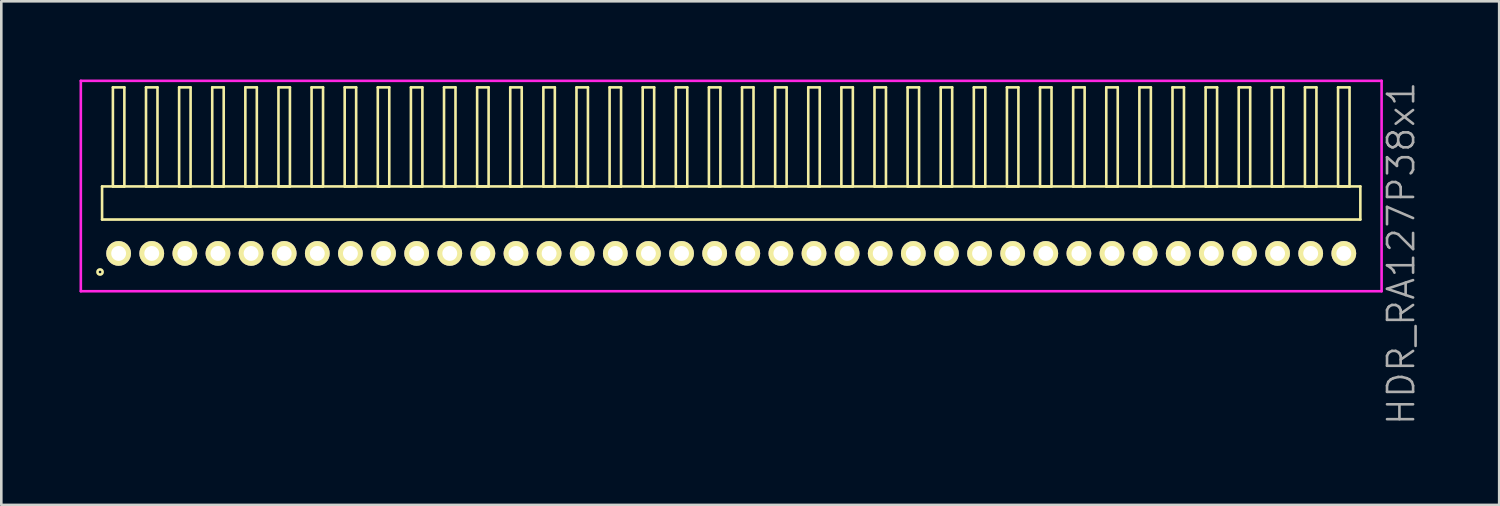
<source format=kicad_pcb>
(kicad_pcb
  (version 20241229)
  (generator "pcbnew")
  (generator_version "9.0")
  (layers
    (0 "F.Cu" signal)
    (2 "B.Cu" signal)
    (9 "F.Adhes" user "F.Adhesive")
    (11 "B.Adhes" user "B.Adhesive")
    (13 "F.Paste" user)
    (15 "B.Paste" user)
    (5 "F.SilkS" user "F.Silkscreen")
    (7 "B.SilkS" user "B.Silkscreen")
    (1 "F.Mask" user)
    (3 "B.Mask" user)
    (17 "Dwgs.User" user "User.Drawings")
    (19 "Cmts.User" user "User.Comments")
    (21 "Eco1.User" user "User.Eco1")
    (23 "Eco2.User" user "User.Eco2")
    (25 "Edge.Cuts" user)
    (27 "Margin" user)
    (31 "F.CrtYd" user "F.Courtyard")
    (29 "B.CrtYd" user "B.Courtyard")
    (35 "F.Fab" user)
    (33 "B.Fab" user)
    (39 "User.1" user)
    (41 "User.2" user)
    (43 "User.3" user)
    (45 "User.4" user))
  (footprint "HDR_RA127P38x1"
    (layer "F.Cu")
    (at 24.995 6.67)
    (property "Reference" "HDR_RA127P38x1" (at 25.695 0 90) (layer "F.Fab") (effects (font (size 1 1) (thickness 0.1))))
    (attr through_hole)
    (fp_line (start -24.13 -2.57) (end -24.13 -1.3) (stroke (width 0.1) (type solid)) (layer "F.SilkS"))
    (fp_line (start -24.13 -1.3) (end 24.13 -1.3) (stroke (width 0.1) (type solid)) (layer "F.SilkS"))
    (fp_line (start -23.715 -6.37) (end -23.715 -2.57) (stroke (width 0.1) (type solid)) (layer "F.SilkS"))
    (fp_line (start -23.715 -2.57) (end -23.275 -2.57) (stroke (width 0.1) (type solid)) (layer "F.SilkS"))
    (fp_line (start -23.275 -6.37) (end -23.715 -6.37) (stroke (width 0.1) (type solid)) (layer "F.SilkS"))
    (fp_line (start -23.275 -2.57) (end -23.275 -6.37) (stroke (width 0.1) (type solid)) (layer "F.SilkS"))
    (fp_line (start -22.445 -6.37) (end -22.445 -2.57) (stroke (width 0.1) (type solid)) (layer "F.SilkS"))
    (fp_line (start -22.445 -2.57) (end -22.005 -2.57) (stroke (width 0.1) (type solid)) (layer "F.SilkS"))
    (fp_line (start -22.005 -6.37) (end -22.445 -6.37) (stroke (width 0.1) (type solid)) (layer "F.SilkS"))
    (fp_line (start -22.005 -2.57) (end -22.005 -6.37) (stroke (width 0.1) (type solid)) (layer "F.SilkS"))
    (fp_line (start -21.175 -6.37) (end -21.175 -2.57) (stroke (width 0.1) (type solid)) (layer "F.SilkS"))
    (fp_line (start -21.175 -2.57) (end -20.735 -2.57) (stroke (width 0.1) (type solid)) (layer "F.SilkS"))
    (fp_line (start -20.735 -6.37) (end -21.175 -6.37) (stroke (width 0.1) (type solid)) (layer "F.SilkS"))
    (fp_line (start -20.735 -2.57) (end -20.735 -6.37) (stroke (width 0.1) (type solid)) (layer "F.SilkS"))
    (fp_line (start -19.905 -6.37) (end -19.905 -2.57) (stroke (width 0.1) (type solid)) (layer "F.SilkS"))
    (fp_line (start -19.905 -2.57) (end -19.465 -2.57) (stroke (width 0.1) (type solid)) (layer "F.SilkS"))
    (fp_line (start -19.465 -6.37) (end -19.905 -6.37) (stroke (width 0.1) (type solid)) (layer "F.SilkS"))
    (fp_line (start -19.465 -2.57) (end -19.465 -6.37) (stroke (width 0.1) (type solid)) (layer "F.SilkS"))
    (fp_line (start -18.635 -6.37) (end -18.635 -2.57) (stroke (width 0.1) (type solid)) (layer "F.SilkS"))
    (fp_line (start -18.635 -2.57) (end -18.195 -2.57) (stroke (width 0.1) (type solid)) (layer "F.SilkS"))
    (fp_line (start -18.195 -6.37) (end -18.635 -6.37) (stroke (width 0.1) (type solid)) (layer "F.SilkS"))
    (fp_line (start -18.195 -2.57) (end -18.195 -6.37) (stroke (width 0.1) (type solid)) (layer "F.SilkS"))
    (fp_line (start -17.365 -6.37) (end -17.365 -2.57) (stroke (width 0.1) (type solid)) (layer "F.SilkS"))
    (fp_line (start -17.365 -2.57) (end -16.925 -2.57) (stroke (width 0.1) (type solid)) (layer "F.SilkS"))
    (fp_line (start -16.925 -6.37) (end -17.365 -6.37) (stroke (width 0.1) (type solid)) (layer "F.SilkS"))
    (fp_line (start -16.925 -2.57) (end -16.925 -6.37) (stroke (width 0.1) (type solid)) (layer "F.SilkS"))
    (fp_line (start -16.095 -6.37) (end -16.095 -2.57) (stroke (width 0.1) (type solid)) (layer "F.SilkS"))
    (fp_line (start -16.095 -2.57) (end -15.655 -2.57) (stroke (width 0.1) (type solid)) (layer "F.SilkS"))
    (fp_line (start -15.655 -6.37) (end -16.095 -6.37) (stroke (width 0.1) (type solid)) (layer "F.SilkS"))
    (fp_line (start -15.655 -2.57) (end -15.655 -6.37) (stroke (width 0.1) (type solid)) (layer "F.SilkS"))
    (fp_line (start -14.825 -6.37) (end -14.825 -2.57) (stroke (width 0.1) (type solid)) (layer "F.SilkS"))
    (fp_line (start -14.825 -2.57) (end -14.385 -2.57) (stroke (width 0.1) (type solid)) (layer "F.SilkS"))
    (fp_line (start -14.385 -6.37) (end -14.825 -6.37) (stroke (width 0.1) (type solid)) (layer "F.SilkS"))
    (fp_line (start -14.385 -2.57) (end -14.385 -6.37) (stroke (width 0.1) (type solid)) (layer "F.SilkS"))
    (fp_line (start -13.555 -6.37) (end -13.555 -2.57) (stroke (width 0.1) (type solid)) (layer "F.SilkS"))
    (fp_line (start -13.555 -2.57) (end -13.115 -2.57) (stroke (width 0.1) (type solid)) (layer "F.SilkS"))
    (fp_line (start -13.115 -6.37) (end -13.555 -6.37) (stroke (width 0.1) (type solid)) (layer "F.SilkS"))
    (fp_line (start -13.115 -2.57) (end -13.115 -6.37) (stroke (width 0.1) (type solid)) (layer "F.SilkS"))
    (fp_line (start -12.285 -6.37) (end -12.285 -2.57) (stroke (width 0.1) (type solid)) (layer "F.SilkS"))
    (fp_line (start -12.285 -2.57) (end -11.845 -2.57) (stroke (width 0.1) (type solid)) (layer "F.SilkS"))
    (fp_line (start -11.845 -6.37) (end -12.285 -6.37) (stroke (width 0.1) (type solid)) (layer "F.SilkS"))
    (fp_line (start -11.845 -2.57) (end -11.845 -6.37) (stroke (width 0.1) (type solid)) (layer "F.SilkS"))
    (fp_line (start -11.015 -6.37) (end -11.015 -2.57) (stroke (width 0.1) (type solid)) (layer "F.SilkS"))
    (fp_line (start -11.015 -2.57) (end -10.575 -2.57) (stroke (width 0.1) (type solid)) (layer "F.SilkS"))
    (fp_line (start -10.575 -6.37) (end -11.015 -6.37) (stroke (width 0.1) (type solid)) (layer "F.SilkS"))
    (fp_line (start -10.575 -2.57) (end -10.575 -6.37) (stroke (width 0.1) (type solid)) (layer "F.SilkS"))
    (fp_line (start -9.745 -6.37) (end -9.745 -2.57) (stroke (width 0.1) (type solid)) (layer "F.SilkS"))
    (fp_line (start -9.745 -2.57) (end -9.305 -2.57) (stroke (width 0.1) (type solid)) (layer "F.SilkS"))
    (fp_line (start -9.305 -6.37) (end -9.745 -6.37) (stroke (width 0.1) (type solid)) (layer "F.SilkS"))
    (fp_line (start -9.305 -2.57) (end -9.305 -6.37) (stroke (width 0.1) (type solid)) (layer "F.SilkS"))
    (fp_line (start -8.475 -6.37) (end -8.475 -2.57) (stroke (width 0.1) (type solid)) (layer "F.SilkS"))
    (fp_line (start -8.475 -2.57) (end -8.035 -2.57) (stroke (width 0.1) (type solid)) (layer "F.SilkS"))
    (fp_line (start -8.035 -6.37) (end -8.475 -6.37) (stroke (width 0.1) (type solid)) (layer "F.SilkS"))
    (fp_line (start -8.035 -2.57) (end -8.035 -6.37) (stroke (width 0.1) (type solid)) (layer "F.SilkS"))
    (fp_line (start -7.205 -6.37) (end -7.205 -2.57) (stroke (width 0.1) (type solid)) (layer "F.SilkS"))
    (fp_line (start -7.205 -2.57) (end -6.765 -2.57) (stroke (width 0.1) (type solid)) (layer "F.SilkS"))
    (fp_line (start -6.765 -6.37) (end -7.205 -6.37) (stroke (width 0.1) (type solid)) (layer "F.SilkS"))
    (fp_line (start -6.765 -2.57) (end -6.765 -6.37) (stroke (width 0.1) (type solid)) (layer "F.SilkS"))
    (fp_line (start -5.935 -6.37) (end -5.935 -2.57) (stroke (width 0.1) (type solid)) (layer "F.SilkS"))
    (fp_line (start -5.935 -2.57) (end -5.495 -2.57) (stroke (width 0.1) (type solid)) (layer "F.SilkS"))
    (fp_line (start -5.495 -6.37) (end -5.935 -6.37) (stroke (width 0.1) (type solid)) (layer "F.SilkS"))
    (fp_line (start -5.495 -2.57) (end -5.495 -6.37) (stroke (width 0.1) (type solid)) (layer "F.SilkS"))
    (fp_line (start -4.665 -6.37) (end -4.665 -2.57) (stroke (width 0.1) (type solid)) (layer "F.SilkS"))
    (fp_line (start -4.665 -2.57) (end -4.225 -2.57) (stroke (width 0.1) (type solid)) (layer "F.SilkS"))
    (fp_line (start -4.225 -6.37) (end -4.665 -6.37) (stroke (width 0.1) (type solid)) (layer "F.SilkS"))
    (fp_line (start -4.225 -2.57) (end -4.225 -6.37) (stroke (width 0.1) (type solid)) (layer "F.SilkS"))
    (fp_line (start -3.395 -6.37) (end -3.395 -2.57) (stroke (width 0.1) (type solid)) (layer "F.SilkS"))
    (fp_line (start -3.395 -2.57) (end -2.955 -2.57) (stroke (width 0.1) (type solid)) (layer "F.SilkS"))
    (fp_line (start -2.955 -6.37) (end -3.395 -6.37) (stroke (width 0.1) (type solid)) (layer "F.SilkS"))
    (fp_line (start -2.955 -2.57) (end -2.955 -6.37) (stroke (width 0.1) (type solid)) (layer "F.SilkS"))
    (fp_line (start -2.125 -6.37) (end -2.125 -2.57) (stroke (width 0.1) (type solid)) (layer "F.SilkS"))
    (fp_line (start -2.125 -2.57) (end -1.685 -2.57) (stroke (width 0.1) (type solid)) (layer "F.SilkS"))
    (fp_line (start -1.685 -6.37) (end -2.125 -6.37) (stroke (width 0.1) (type solid)) (layer "F.SilkS"))
    (fp_line (start -1.685 -2.57) (end -1.685 -6.37) (stroke (width 0.1) (type solid)) (layer "F.SilkS"))
    (fp_line (start -0.855 -6.37) (end -0.855 -2.57) (stroke (width 0.1) (type solid)) (layer "F.SilkS"))
    (fp_line (start -0.855 -2.57) (end -0.415 -2.57) (stroke (width 0.1) (type solid)) (layer "F.SilkS"))
    (fp_line (start -0.415 -6.37) (end -0.855 -6.37) (stroke (width 0.1) (type solid)) (layer "F.SilkS"))
    (fp_line (start -0.415 -2.57) (end -0.415 -6.37) (stroke (width 0.1) (type solid)) (layer "F.SilkS"))
    (fp_line (start 0.415 -6.37) (end 0.415 -2.57) (stroke (width 0.1) (type solid)) (layer "F.SilkS"))
    (fp_line (start 0.415 -2.57) (end 0.855 -2.57) (stroke (width 0.1) (type solid)) (layer "F.SilkS"))
    (fp_line (start 0.855 -6.37) (end 0.415 -6.37) (stroke (width 0.1) (type solid)) (layer "F.SilkS"))
    (fp_line (start 0.855 -2.57) (end 0.855 -6.37) (stroke (width 0.1) (type solid)) (layer "F.SilkS"))
    (fp_line (start 1.685 -6.37) (end 1.685 -2.57) (stroke (width 0.1) (type solid)) (layer "F.SilkS"))
    (fp_line (start 1.685 -2.57) (end 2.125 -2.57) (stroke (width 0.1) (type solid)) (layer "F.SilkS"))
    (fp_line (start 2.125 -6.37) (end 1.685 -6.37) (stroke (width 0.1) (type solid)) (layer "F.SilkS"))
    (fp_line (start 2.125 -2.57) (end 2.125 -6.37) (stroke (width 0.1) (type solid)) (layer "F.SilkS"))
    (fp_line (start 2.955 -6.37) (end 2.955 -2.57) (stroke (width 0.1) (type solid)) (layer "F.SilkS"))
    (fp_line (start 2.955 -2.57) (end 3.395 -2.57) (stroke (width 0.1) (type solid)) (layer "F.SilkS"))
    (fp_line (start 3.395 -6.37) (end 2.955 -6.37) (stroke (width 0.1) (type solid)) (layer "F.SilkS"))
    (fp_line (start 3.395 -2.57) (end 3.395 -6.37) (stroke (width 0.1) (type solid)) (layer "F.SilkS"))
    (fp_line (start 4.225 -6.37) (end 4.225 -2.57) (stroke (width 0.1) (type solid)) (layer "F.SilkS"))
    (fp_line (start 4.225 -2.57) (end 4.665 -2.57) (stroke (width 0.1) (type solid)) (layer "F.SilkS"))
    (fp_line (start 4.665 -6.37) (end 4.225 -6.37) (stroke (width 0.1) (type solid)) (layer "F.SilkS"))
    (fp_line (start 4.665 -2.57) (end 4.665 -6.37) (stroke (width 0.1) (type solid)) (layer "F.SilkS"))
    (fp_line (start 5.495 -6.37) (end 5.495 -2.57) (stroke (width 0.1) (type solid)) (layer "F.SilkS"))
    (fp_line (start 5.495 -2.57) (end 5.935 -2.57) (stroke (width 0.1) (type solid)) (layer "F.SilkS"))
    (fp_line (start 5.935 -6.37) (end 5.495 -6.37) (stroke (width 0.1) (type solid)) (layer "F.SilkS"))
    (fp_line (start 5.935 -2.57) (end 5.935 -6.37) (stroke (width 0.1) (type solid)) (layer "F.SilkS"))
    (fp_line (start 6.765 -6.37) (end 6.765 -2.57) (stroke (width 0.1) (type solid)) (layer "F.SilkS"))
    (fp_line (start 6.765 -2.57) (end 7.205 -2.57) (stroke (width 0.1) (type solid)) (layer "F.SilkS"))
    (fp_line (start 7.205 -6.37) (end 6.765 -6.37) (stroke (width 0.1) (type solid)) (layer "F.SilkS"))
    (fp_line (start 7.205 -2.57) (end 7.205 -6.37) (stroke (width 0.1) (type solid)) (layer "F.SilkS"))
    (fp_line (start 8.035 -6.37) (end 8.035 -2.57) (stroke (width 0.1) (type solid)) (layer "F.SilkS"))
    (fp_line (start 8.035 -2.57) (end 8.475 -2.57) (stroke (width 0.1) (type solid)) (layer "F.SilkS"))
    (fp_line (start 8.475 -6.37) (end 8.035 -6.37) (stroke (width 0.1) (type solid)) (layer "F.SilkS"))
    (fp_line (start 8.475 -2.57) (end 8.475 -6.37) (stroke (width 0.1) (type solid)) (layer "F.SilkS"))
    (fp_line (start 9.305 -6.37) (end 9.305 -2.57) (stroke (width 0.1) (type solid)) (layer "F.SilkS"))
    (fp_line (start 9.305 -2.57) (end 9.745 -2.57) (stroke (width 0.1) (type solid)) (layer "F.SilkS"))
    (fp_line (start 9.745 -6.37) (end 9.305 -6.37) (stroke (width 0.1) (type solid)) (layer "F.SilkS"))
    (fp_line (start 9.745 -2.57) (end 9.745 -6.37) (stroke (width 0.1) (type solid)) (layer "F.SilkS"))
    (fp_line (start 10.575 -6.37) (end 10.575 -2.57) (stroke (width 0.1) (type solid)) (layer "F.SilkS"))
    (fp_line (start 10.575 -2.57) (end 11.015 -2.57) (stroke (width 0.1) (type solid)) (layer "F.SilkS"))
    (fp_line (start 11.015 -6.37) (end 10.575 -6.37) (stroke (width 0.1) (type solid)) (layer "F.SilkS"))
    (fp_line (start 11.015 -2.57) (end 11.015 -6.37) (stroke (width 0.1) (type solid)) (layer "F.SilkS"))
    (fp_line (start 11.845 -6.37) (end 11.845 -2.57) (stroke (width 0.1) (type solid)) (layer "F.SilkS"))
    (fp_line (start 11.845 -2.57) (end 12.285 -2.57) (stroke (width 0.1) (type solid)) (layer "F.SilkS"))
    (fp_line (start 12.285 -6.37) (end 11.845 -6.37) (stroke (width 0.1) (type solid)) (layer "F.SilkS"))
    (fp_line (start 12.285 -2.57) (end 12.285 -6.37) (stroke (width 0.1) (type solid)) (layer "F.SilkS"))
    (fp_line (start 13.115 -6.37) (end 13.115 -2.57) (stroke (width 0.1) (type solid)) (layer "F.SilkS"))
    (fp_line (start 13.115 -2.57) (end 13.555 -2.57) (stroke (width 0.1) (type solid)) (layer "F.SilkS"))
    (fp_line (start 13.555 -6.37) (end 13.115 -6.37) (stroke (width 0.1) (type solid)) (layer "F.SilkS"))
    (fp_line (start 13.555 -2.57) (end 13.555 -6.37) (stroke (width 0.1) (type solid)) (layer "F.SilkS"))
    (fp_line (start 14.385 -6.37) (end 14.385 -2.57) (stroke (width 0.1) (type solid)) (layer "F.SilkS"))
    (fp_line (start 14.385 -2.57) (end 14.825 -2.57) (stroke (width 0.1) (type solid)) (layer "F.SilkS"))
    (fp_line (start 14.825 -6.37) (end 14.385 -6.37) (stroke (width 0.1) (type solid)) (layer "F.SilkS"))
    (fp_line (start 14.825 -2.57) (end 14.825 -6.37) (stroke (width 0.1) (type solid)) (layer "F.SilkS"))
    (fp_line (start 15.655 -6.37) (end 15.655 -2.57) (stroke (width 0.1) (type solid)) (layer "F.SilkS"))
    (fp_line (start 15.655 -2.57) (end 16.095 -2.57) (stroke (width 0.1) (type solid)) (layer "F.SilkS"))
    (fp_line (start 16.095 -6.37) (end 15.655 -6.37) (stroke (width 0.1) (type solid)) (layer "F.SilkS"))
    (fp_line (start 16.095 -2.57) (end 16.095 -6.37) (stroke (width 0.1) (type solid)) (layer "F.SilkS"))
    (fp_line (start 16.925 -6.37) (end 16.925 -2.57) (stroke (width 0.1) (type solid)) (layer "F.SilkS"))
    (fp_line (start 16.925 -2.57) (end 17.365 -2.57) (stroke (width 0.1) (type solid)) (layer "F.SilkS"))
    (fp_line (start 17.365 -6.37) (end 16.925 -6.37) (stroke (width 0.1) (type solid)) (layer "F.SilkS"))
    (fp_line (start 17.365 -2.57) (end 17.365 -6.37) (stroke (width 0.1) (type solid)) (layer "F.SilkS"))
    (fp_line (start 18.195 -6.37) (end 18.195 -2.57) (stroke (width 0.1) (type solid)) (layer "F.SilkS"))
    (fp_line (start 18.195 -2.57) (end 18.635 -2.57) (stroke (width 0.1) (type solid)) (layer "F.SilkS"))
    (fp_line (start 18.635 -6.37) (end 18.195 -6.37) (stroke (width 0.1) (type solid)) (layer "F.SilkS"))
    (fp_line (start 18.635 -2.57) (end 18.635 -6.37) (stroke (width 0.1) (type solid)) (layer "F.SilkS"))
    (fp_line (start 19.465 -6.37) (end 19.465 -2.57) (stroke (width 0.1) (type solid)) (layer "F.SilkS"))
    (fp_line (start 19.465 -2.57) (end 19.905 -2.57) (stroke (width 0.1) (type solid)) (layer "F.SilkS"))
    (fp_line (start 19.905 -6.37) (end 19.465 -6.37) (stroke (width 0.1) (type solid)) (layer "F.SilkS"))
    (fp_line (start 19.905 -2.57) (end 19.905 -6.37) (stroke (width 0.1) (type solid)) (layer "F.SilkS"))
    (fp_line (start 20.735 -6.37) (end 20.735 -2.57) (stroke (width 0.1) (type solid)) (layer "F.SilkS"))
    (fp_line (start 20.735 -2.57) (end 21.175 -2.57) (stroke (width 0.1) (type solid)) (layer "F.SilkS"))
    (fp_line (start 21.175 -6.37) (end 20.735 -6.37) (stroke (width 0.1) (type solid)) (layer "F.SilkS"))
    (fp_line (start 21.175 -2.57) (end 21.175 -6.37) (stroke (width 0.1) (type solid)) (layer "F.SilkS"))
    (fp_line (start 22.005 -6.37) (end 22.005 -2.57) (stroke (width 0.1) (type solid)) (layer "F.SilkS"))
    (fp_line (start 22.005 -2.57) (end 22.445 -2.57) (stroke (width 0.1) (type solid)) (layer "F.SilkS"))
    (fp_line (start 22.445 -6.37) (end 22.005 -6.37) (stroke (width 0.1) (type solid)) (layer "F.SilkS"))
    (fp_line (start 22.445 -2.57) (end 22.445 -6.37) (stroke (width 0.1) (type solid)) (layer "F.SilkS"))
    (fp_line (start 23.275 -6.37) (end 23.275 -2.57) (stroke (width 0.1) (type solid)) (layer "F.SilkS"))
    (fp_line (start 23.275 -2.57) (end 23.715 -2.57) (stroke (width 0.1) (type solid)) (layer "F.SilkS"))
    (fp_line (start 23.715 -6.37) (end 23.275 -6.37) (stroke (width 0.1) (type solid)) (layer "F.SilkS"))
    (fp_line (start 23.715 -2.57) (end 23.715 -6.37) (stroke (width 0.1) (type solid)) (layer "F.SilkS"))
    (fp_line (start 24.13 -2.57) (end -24.13 -2.57) (stroke (width 0.1) (type solid)) (layer "F.SilkS"))
    (fp_line (start 24.13 -1.3) (end 24.13 -2.57) (stroke (width 0.1) (type solid)) (layer "F.SilkS"))
    (fp_circle (center -24.208 0.712) (end -24.108 0.712) (stroke (width 0.1) (type solid)) (fill no) (layer "F.SilkS"))
    (fp_line (start -24.945 -6.62) (end -24.945 1.45) (stroke (width 0.1) (type solid)) (layer "F.CrtYd"))
    (fp_line (start -24.945 1.45) (end 24.945 1.45) (stroke (width 0.1) (type solid)) (layer "F.CrtYd"))
    (fp_line (start 24.945 -6.62) (end -24.945 -6.62) (stroke (width 0.1) (type solid)) (layer "F.CrtYd"))
    (fp_line (start 24.945 1.45) (end 24.945 -6.62) (stroke (width 0.1) (type solid)) (layer "F.CrtYd"))
    (pad "1" thru_hole oval (at -23.495 0) (size 0.95 0.95) (drill 0.57) (layers "*.Cu" "*.Mask" "F.SilkS"))
    (pad "2" thru_hole oval (at -22.225 0) (size 0.95 0.95) (drill 0.57) (layers "*.Cu" "*.Mask" "F.SilkS"))
    (pad "3" thru_hole oval (at -20.955 0) (size 0.95 0.95) (drill 0.57) (layers "*.Cu" "*.Mask" "F.SilkS"))
    (pad "4" thru_hole oval (at -19.685 0) (size 0.95 0.95) (drill 0.57) (layers "*.Cu" "*.Mask" "F.SilkS"))
    (pad "5" thru_hole oval (at -18.415 0) (size 0.95 0.95) (drill 0.57) (layers "*.Cu" "*.Mask" "F.SilkS"))
    (pad "6" thru_hole oval (at -17.145 0) (size 0.95 0.95) (drill 0.57) (layers "*.Cu" "*.Mask" "F.SilkS"))
    (pad "7" thru_hole oval (at -15.875 0) (size 0.95 0.95) (drill 0.57) (layers "*.Cu" "*.Mask" "F.SilkS"))
    (pad "8" thru_hole oval (at -14.605 0) (size 0.95 0.95) (drill 0.57) (layers "*.Cu" "*.Mask" "F.SilkS"))
    (pad "9" thru_hole oval (at -13.335 0) (size 0.95 0.95) (drill 0.57) (layers "*.Cu" "*.Mask" "F.SilkS"))
    (pad "10" thru_hole oval (at -12.065 0) (size 0.95 0.95) (drill 0.57) (layers "*.Cu" "*.Mask" "F.SilkS"))
    (pad "11" thru_hole oval (at -10.795 0) (size 0.95 0.95) (drill 0.57) (layers "*.Cu" "*.Mask" "F.SilkS"))
    (pad "12" thru_hole oval (at -9.525 0) (size 0.95 0.95) (drill 0.57) (layers "*.Cu" "*.Mask" "F.SilkS"))
    (pad "13" thru_hole oval (at -8.255 0) (size 0.95 0.95) (drill 0.57) (layers "*.Cu" "*.Mask" "F.SilkS"))
    (pad "14" thru_hole oval (at -6.985 0) (size 0.95 0.95) (drill 0.57) (layers "*.Cu" "*.Mask" "F.SilkS"))
    (pad "15" thru_hole oval (at -5.715 0) (size 0.95 0.95) (drill 0.57) (layers "*.Cu" "*.Mask" "F.SilkS"))
    (pad "16" thru_hole oval (at -4.445 0) (size 0.95 0.95) (drill 0.57) (layers "*.Cu" "*.Mask" "F.SilkS"))
    (pad "17" thru_hole oval (at -3.175 0) (size 0.95 0.95) (drill 0.57) (layers "*.Cu" "*.Mask" "F.SilkS"))
    (pad "18" thru_hole oval (at -1.905 0) (size 0.95 0.95) (drill 0.57) (layers "*.Cu" "*.Mask" "F.SilkS"))
    (pad "19" thru_hole oval (at -0.635 0) (size 0.95 0.95) (drill 0.57) (layers "*.Cu" "*.Mask" "F.SilkS"))
    (pad "20" thru_hole oval (at 0.635 0) (size 0.95 0.95) (drill 0.57) (layers "*.Cu" "*.Mask" "F.SilkS"))
    (pad "21" thru_hole oval (at 1.905 0) (size 0.95 0.95) (drill 0.57) (layers "*.Cu" "*.Mask" "F.SilkS"))
    (pad "22" thru_hole oval (at 3.175 0) (size 0.95 0.95) (drill 0.57) (layers "*.Cu" "*.Mask" "F.SilkS"))
    (pad "23" thru_hole oval (at 4.445 0) (size 0.95 0.95) (drill 0.57) (layers "*.Cu" "*.Mask" "F.SilkS"))
    (pad "24" thru_hole oval (at 5.715 0) (size 0.95 0.95) (drill 0.57) (layers "*.Cu" "*.Mask" "F.SilkS"))
    (pad "25" thru_hole oval (at 6.985 0) (size 0.95 0.95) (drill 0.57) (layers "*.Cu" "*.Mask" "F.SilkS"))
    (pad "26" thru_hole oval (at 8.255 0) (size 0.95 0.95) (drill 0.57) (layers "*.Cu" "*.Mask" "F.SilkS"))
    (pad "27" thru_hole oval (at 9.525 0) (size 0.95 0.95) (drill 0.57) (layers "*.Cu" "*.Mask" "F.SilkS"))
    (pad "28" thru_hole oval (at 10.795 0) (size 0.95 0.95) (drill 0.57) (layers "*.Cu" "*.Mask" "F.SilkS"))
    (pad "29" thru_hole oval (at 12.065 0) (size 0.95 0.95) (drill 0.57) (layers "*.Cu" "*.Mask" "F.SilkS"))
    (pad "30" thru_hole oval (at 13.335 0) (size 0.95 0.95) (drill 0.57) (layers "*.Cu" "*.Mask" "F.SilkS"))
    (pad "31" thru_hole oval (at 14.605 0) (size 0.95 0.95) (drill 0.57) (layers "*.Cu" "*.Mask" "F.SilkS"))
    (pad "32" thru_hole oval (at 15.875 0) (size 0.95 0.95) (drill 0.57) (layers "*.Cu" "*.Mask" "F.SilkS"))
    (pad "33" thru_hole oval (at 17.145 0) (size 0.95 0.95) (drill 0.57) (layers "*.Cu" "*.Mask" "F.SilkS"))
    (pad "34" thru_hole oval (at 18.415 0) (size 0.95 0.95) (drill 0.57) (layers "*.Cu" "*.Mask" "F.SilkS"))
    (pad "35" thru_hole oval (at 19.685 0) (size 0.95 0.95) (drill 0.57) (layers "*.Cu" "*.Mask" "F.SilkS"))
    (pad "36" thru_hole oval (at 20.955 0) (size 0.95 0.95) (drill 0.57) (layers "*.Cu" "*.Mask" "F.SilkS"))
    (pad "37" thru_hole oval (at 22.225 0) (size 0.95 0.95) (drill 0.57) (layers "*.Cu" "*.Mask" "F.SilkS"))
    (pad "38" thru_hole oval (at 23.495 0) (size 0.95 0.95) (drill 0.57) (layers "*.Cu" "*.Mask" "F.SilkS")))
  (gr_rect
    (start -3 -3)
    (end 54.45 16.315)
    (stroke (width 0.1) (type default))
    (fill no)
    (layer "Edge.Cuts")))
</source>
